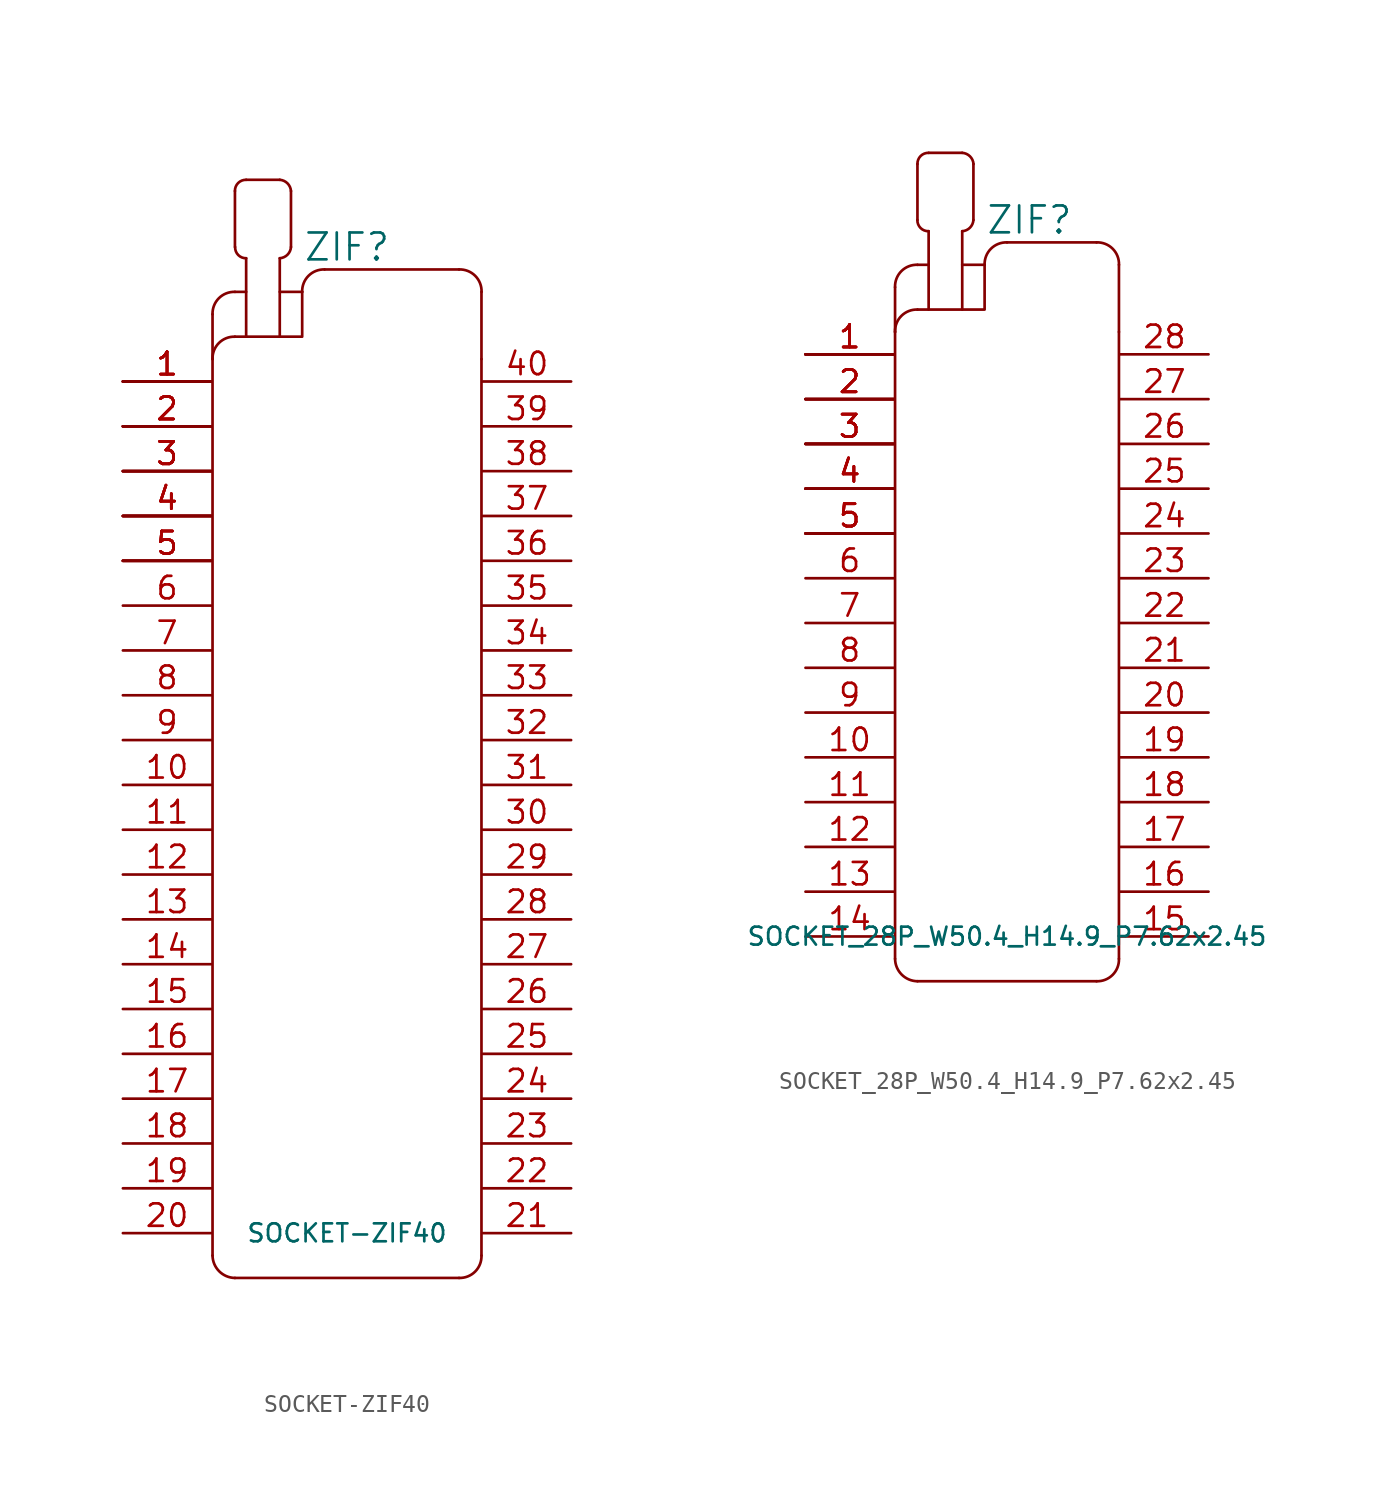
<source format=kicad_sym>
(kicad_symbol_lib
  (version 20211014)
  (generator kicad_symbol_editor)
  (symbol "SOCKET-ZIF40"
    (pin_names
      (offset 1.016))
    (property "Reference" "ZIF"
      (at 0 30.48 0)
      (effects (font (size 1.524 1.524))))
    (property "Value" "SOCKET-ZIF40"
      (at 0 -25.4 0)
      (effects (font (size 1.016 1.016))))
    (property "Footprint" ""
      (at -1.27 11.43 0)
      (effects (font (size 1.524 1.524))))
    (property "Datasheet" ""
      (at -1.27 11.43 0)
      (effects (font (size 1.524 1.524))))
    (symbol "SOCKET-ZIF40_0_1"
      (arc (start -7.62 -26.67) (mid -7.2427 -27.5627) (end -6.35 -27.94) (stroke (width 0) (type default) (color 0 0 0 0)) (fill (type none)))
      (arc (start -6.35 25.4) (mid -7.2609 25.0409) (end -7.62 24.13) (stroke (width 0) (type default) (color 0 0 0 0)) (fill (type none)))
      (arc (start -6.35 27.94) (mid -7.2609 27.5809) (end -7.62 26.67) (stroke (width 0) (type default) (color 0 0 0 0)) (fill (type none)))
      (arc (start -6.35 30.48) (mid -6.1692 30.0258) (end -5.715 29.845) (stroke (width 0) (type default) (color 0 0 0 0)) (fill (type none)))
      (arc (start -5.715 34.29) (mid -6.1692 34.1092) (end -6.35 33.655) (stroke (width 0) (type default) (color 0 0 0 0)) (fill (type none)))
      (arc (start -3.81 29.845) (mid -3.3734 30.0434) (end -3.175 30.48) (stroke (width 0) (type default) (color 0 0 0 0)) (fill (type none)))
      (arc (start -3.175 33.655) (mid -3.3734 34.0916) (end -3.81 34.29) (stroke (width 0) (type default) (color 0 0 0 0)) (fill (type none)))
      (arc (start -1.27 29.21) (mid -2.1809 28.8509) (end -2.54 27.94) (stroke (width 0) (type default) (color 0 0 0 0)) (fill (type none)))
      (polyline (pts (xy -7.62 24.13) (xy -7.62 -26.67)) (stroke (width 0) (type default) (color 0 0 0 0)) (fill (type none)))
      (polyline (pts (xy -7.62 24.13) (xy -7.62 26.67)) (stroke (width 0) (type default) (color 0 0 0 0)) (fill (type none)))
      (polyline (pts (xy -6.35 -27.94) (xy 6.35 -27.94)) (stroke (width 0) (type default) (color 0 0 0 0)) (fill (type none)))
      (polyline (pts (xy -6.35 27.94) (xy -5.715 27.94)) (stroke (width 0) (type default) (color 0 0 0 0)) (fill (type none)))
      (polyline (pts (xy -6.35 30.48) (xy -6.35 33.655)) (stroke (width 0) (type default) (color 0 0 0 0)) (fill (type none)))
      (polyline (pts (xy -5.715 25.4) (xy -5.715 29.845)) (stroke (width 0) (type default) (color 0 0 0 0)) (fill (type none)))
      (polyline (pts (xy -5.715 34.29) (xy -3.81 34.29)) (stroke (width 0) (type default) (color 0 0 0 0)) (fill (type none)))
      (polyline (pts (xy -3.81 25.4) (xy -3.81 29.845)) (stroke (width 0) (type default) (color 0 0 0 0)) (fill (type none)))
      (polyline (pts (xy -3.81 27.94) (xy -2.54 27.94)) (stroke (width 0) (type default) (color 0 0 0 0)) (fill (type none)))
      (polyline (pts (xy -3.175 30.48) (xy -3.175 33.655)) (stroke (width 0) (type default) (color 0 0 0 0)) (fill (type none)))
      (polyline (pts (xy -1.27 29.21) (xy 6.35 29.21)) (stroke (width 0) (type default) (color 0 0 0 0)) (fill (type none)))
      (polyline (pts (xy 7.62 -26.67) (xy 7.62 24.13)) (stroke (width 0) (type default) (color 0 0 0 0)) (fill (type none)))
      (polyline (pts (xy 7.62 24.13) (xy 7.62 27.94)) (stroke (width 0) (type default) (color 0 0 0 0)) (fill (type none)))
      (polyline (pts (xy -6.35 25.4) (xy -2.54 25.4) (xy -2.54 27.94)) (stroke (width 0) (type default) (color 0 0 0 0)) (fill (type none)))
      (arc (start 6.35 -27.94) (mid 7.2609 -27.5809) (end 7.62 -26.67) (stroke (width 0) (type default) (color 0 0 0 0)) (fill (type none)))
      (arc (start 7.62 27.94) (mid 7.2609 28.8509) (end 6.35 29.21) (stroke (width 0) (type default) (color 0 0 0 0)) (fill (type none))))
    (symbol "SOCKET-ZIF40_1_1"
      (pin bidirectional line (at -12.7 22.86 0) (length 5.004) (name "~" (effects (font (size 1.27 1.27)))) (number "1" (effects (font (size 1.27 1.27)))))
      (pin bidirectional line (at -12.7 22.86 0) (length 5.004) (name "~" (effects (font (size 1.27 1.27)))) (number "1" (effects (font (size 1.27 1.27)))))
      (pin bidirectional line (at -12.7 22.86 0) (length 5.004) (name "~" (effects (font (size 1.27 1.27)))) (number "1" (effects (font (size 1.27 1.27)))))
      (pin bidirectional line (at -12.7 22.86 0) (length 5.004) (name "~" (effects (font (size 1.27 1.27)))) (number "1" (effects (font (size 1.27 1.27)))))
      (pin bidirectional line (at -12.7 0 0) (length 5.004) (name "~" (effects (font (size 1.27 1.27)))) (number "10" (effects (font (size 1.27 1.27)))))
      (pin bidirectional line (at -12.7 -2.54 0) (length 5.004) (name "~" (effects (font (size 1.27 1.27)))) (number "11" (effects (font (size 1.27 1.27)))))
      (pin bidirectional line (at -12.7 -5.08 0) (length 5.004) (name "~" (effects (font (size 1.27 1.27)))) (number "12" (effects (font (size 1.27 1.27)))))
      (pin bidirectional line (at -12.7 -7.62 0) (length 5.004) (name "~" (effects (font (size 1.27 1.27)))) (number "13" (effects (font (size 1.27 1.27)))))
      (pin bidirectional line (at -12.7 -10.16 0) (length 5.004) (name "~" (effects (font (size 1.27 1.27)))) (number "14" (effects (font (size 1.27 1.27)))))
      (pin bidirectional line (at -12.7 -12.7 0) (length 5.004) (name "~" (effects (font (size 1.27 1.27)))) (number "15" (effects (font (size 1.27 1.27)))))
      (pin bidirectional line (at -12.7 -15.24 0) (length 5.004) (name "~" (effects (font (size 1.27 1.27)))) (number "16" (effects (font (size 1.27 1.27)))))
      (pin bidirectional line (at -12.7 -17.78 0) (length 5.004) (name "~" (effects (font (size 1.27 1.27)))) (number "17" (effects (font (size 1.27 1.27)))))
      (pin bidirectional line (at -12.7 -20.32 0) (length 5.004) (name "~" (effects (font (size 1.27 1.27)))) (number "18" (effects (font (size 1.27 1.27)))))
      (pin bidirectional line (at -12.7 -22.86 0) (length 5.004) (name "~" (effects (font (size 1.27 1.27)))) (number "19" (effects (font (size 1.27 1.27)))))
      (pin bidirectional line (at -12.7 20.32 0) (length 5.004) (name "~" (effects (font (size 1.27 1.27)))) (number "2" (effects (font (size 1.27 1.27)))))
      (pin bidirectional line (at -12.7 20.32 0) (length 5.004) (name "~" (effects (font (size 1.27 1.27)))) (number "2" (effects (font (size 1.27 1.27)))))
      (pin bidirectional line (at -12.7 20.32 0) (length 5.004) (name "~" (effects (font (size 1.27 1.27)))) (number "2" (effects (font (size 1.27 1.27)))))
      (pin bidirectional line (at -12.7 20.32 0) (length 5.004) (name "~" (effects (font (size 1.27 1.27)))) (number "2" (effects (font (size 1.27 1.27)))))
      (pin bidirectional line (at -12.7 -25.4 0) (length 5.004) (name "~" (effects (font (size 1.27 1.27)))) (number "20" (effects (font (size 1.27 1.27)))))
      (pin bidirectional line (at 12.7 -25.4 180) (length 5.004) (name "~" (effects (font (size 1.27 1.27)))) (number "21" (effects (font (size 1.27 1.27)))))
      (pin bidirectional line (at 12.7 -22.86 180) (length 5.004) (name "~" (effects (font (size 1.27 1.27)))) (number "22" (effects (font (size 1.27 1.27)))))
      (pin bidirectional line (at 12.7 -20.32 180) (length 5.004) (name "~" (effects (font (size 1.27 1.27)))) (number "23" (effects (font (size 1.27 1.27)))))
      (pin bidirectional line (at 12.7 -17.78 180) (length 5.004) (name "~" (effects (font (size 1.27 1.27)))) (number "24" (effects (font (size 1.27 1.27)))))
      (pin bidirectional line (at 12.7 -15.24 180) (length 5.004) (name "~" (effects (font (size 1.27 1.27)))) (number "25" (effects (font (size 1.27 1.27)))))
      (pin bidirectional line (at 12.7 -12.7 180) (length 5.004) (name "~" (effects (font (size 1.27 1.27)))) (number "26" (effects (font (size 1.27 1.27)))))
      (pin bidirectional line (at 12.7 -10.16 180) (length 5.004) (name "~" (effects (font (size 1.27 1.27)))) (number "27" (effects (font (size 1.27 1.27)))))
      (pin bidirectional line (at 12.7 -7.62 180) (length 5.004) (name "~" (effects (font (size 1.27 1.27)))) (number "28" (effects (font (size 1.27 1.27)))))
      (pin bidirectional line (at 12.7 -5.08 180) (length 5.004) (name "~" (effects (font (size 1.27 1.27)))) (number "29" (effects (font (size 1.27 1.27)))))
      (pin bidirectional line (at -12.7 17.78 0) (length 5.004) (name "~" (effects (font (size 1.27 1.27)))) (number "3" (effects (font (size 1.27 1.27)))))
      (pin bidirectional line (at -12.7 17.78 0) (length 5.004) (name "~" (effects (font (size 1.27 1.27)))) (number "3" (effects (font (size 1.27 1.27)))))
      (pin bidirectional line (at -12.7 17.78 0) (length 5.004) (name "~" (effects (font (size 1.27 1.27)))) (number "3" (effects (font (size 1.27 1.27)))))
      (pin bidirectional line (at -12.7 17.78 0) (length 5.004) (name "~" (effects (font (size 1.27 1.27)))) (number "3" (effects (font (size 1.27 1.27)))))
      (pin bidirectional line (at 12.7 -2.54 180) (length 5.004) (name "~" (effects (font (size 1.27 1.27)))) (number "30" (effects (font (size 1.27 1.27)))))
      (pin bidirectional line (at 12.7 0 180) (length 5.004) (name "~" (effects (font (size 1.27 1.27)))) (number "31" (effects (font (size 1.27 1.27)))))
      (pin bidirectional line (at 12.7 2.54 180) (length 5.004) (name "~" (effects (font (size 1.27 1.27)))) (number "32" (effects (font (size 1.27 1.27)))))
      (pin bidirectional line (at 12.7 5.08 180) (length 5.004) (name "~" (effects (font (size 1.27 1.27)))) (number "33" (effects (font (size 1.27 1.27)))))
      (pin bidirectional line (at 12.7 7.62 180) (length 5.004) (name "~" (effects (font (size 1.27 1.27)))) (number "34" (effects (font (size 1.27 1.27)))))
      (pin bidirectional line (at 12.7 10.16 180) (length 5.004) (name "~" (effects (font (size 1.27 1.27)))) (number "35" (effects (font (size 1.27 1.27)))))
      (pin bidirectional line (at 12.7 12.7 180) (length 5.004) (name "~" (effects (font (size 1.27 1.27)))) (number "36" (effects (font (size 1.27 1.27)))))
      (pin bidirectional line (at 12.7 15.24 180) (length 5.004) (name "~" (effects (font (size 1.27 1.27)))) (number "37" (effects (font (size 1.27 1.27)))))
      (pin bidirectional line (at 12.7 17.78 180) (length 5.004) (name "~" (effects (font (size 1.27 1.27)))) (number "38" (effects (font (size 1.27 1.27)))))
      (pin bidirectional line (at 12.7 20.32 180) (length 5.004) (name "~" (effects (font (size 1.27 1.27)))) (number "39" (effects (font (size 1.27 1.27)))))
      (pin bidirectional line (at -12.7 15.24 0) (length 5.004) (name "~" (effects (font (size 1.27 1.27)))) (number "4" (effects (font (size 1.27 1.27)))))
      (pin bidirectional line (at -12.7 15.24 0) (length 5.004) (name "~" (effects (font (size 1.27 1.27)))) (number "4" (effects (font (size 1.27 1.27)))))
      (pin bidirectional line (at -12.7 15.24 0) (length 5.004) (name "~" (effects (font (size 1.27 1.27)))) (number "4" (effects (font (size 1.27 1.27)))))
      (pin bidirectional line (at -12.7 15.24 0) (length 5.004) (name "~" (effects (font (size 1.27 1.27)))) (number "4" (effects (font (size 1.27 1.27)))))
      (pin bidirectional line (at 12.7 22.86 180) (length 5.004) (name "~" (effects (font (size 1.27 1.27)))) (number "40" (effects (font (size 1.27 1.27)))))
      (pin bidirectional line (at -12.7 12.7 0) (length 5.004) (name "~" (effects (font (size 1.27 1.27)))) (number "5" (effects (font (size 1.27 1.27)))))
      (pin bidirectional line (at -12.7 12.7 0) (length 5.004) (name "~" (effects (font (size 1.27 1.27)))) (number "5" (effects (font (size 1.27 1.27)))))
      (pin bidirectional line (at -12.7 12.7 0) (length 5.004) (name "~" (effects (font (size 1.27 1.27)))) (number "5" (effects (font (size 1.27 1.27)))))
      (pin bidirectional line (at -12.7 12.7 0) (length 5.004) (name "~" (effects (font (size 1.27 1.27)))) (number "5" (effects (font (size 1.27 1.27)))))
      (pin bidirectional line (at -12.7 10.16 0) (length 5.004) (name "~" (effects (font (size 1.27 1.27)))) (number "6" (effects (font (size 1.27 1.27)))))
      (pin bidirectional line (at -12.7 7.62 0) (length 5.004) (name "~" (effects (font (size 1.27 1.27)))) (number "7" (effects (font (size 1.27 1.27)))))
      (pin bidirectional line (at -12.7 5.08 0) (length 5.004) (name "~" (effects (font (size 1.27 1.27)))) (number "8" (effects (font (size 1.27 1.27)))))
      (pin bidirectional line (at -12.7 2.54 0) (length 5.004) (name "~" (effects (font (size 1.27 1.27)))) (number "9" (effects (font (size 1.27 1.27)))))))
  (symbol "SOCKET_28P_W50.4_H14.9_P7.62x2.45"
    (pin_names
      (offset 1.016))
    (property "Reference" "ZIF"
      (at 1.27 22.86 0)
      (effects (font (size 1.524 1.524))))
    (property "Value" "SOCKET_28P_W50.4_H14.9_P7.62x2.45"
      (at 0 -17.78 0)
      (effects (font (size 1.016 1.016))))
    (property "Datasheet" ""
      (at 0 3.81 0)
      (effects (font (size 1.524 1.524))))
    (symbol "SOCKET_28P_W50.4_H14.9_P7.62x2.45_0_1"
      (arc (start -6.35 -19.05) (mid -5.9727 -19.9427) (end -5.08 -20.32) (stroke (width 0) (type default) (color 0 0 0 0)) (fill (type none)))
      (arc (start -5.08 17.78) (mid -5.9909 17.4209) (end -6.35 16.51) (stroke (width 0) (type default) (color 0 0 0 0)) (fill (type none)))
      (arc (start -5.08 20.32) (mid -5.9909 19.9609) (end -6.35 19.05) (stroke (width 0) (type default) (color 0 0 0 0)) (fill (type none)))
      (arc (start -5.08 22.86) (mid -4.8992 22.4058) (end -4.445 22.225) (stroke (width 0) (type default) (color 0 0 0 0)) (fill (type none)))
      (arc (start -4.445 26.67) (mid -4.8992 26.4892) (end -5.08 26.035) (stroke (width 0) (type default) (color 0 0 0 0)) (fill (type none)))
      (arc (start -2.54 22.225) (mid -2.1034 22.4234) (end -1.905 22.86) (stroke (width 0) (type default) (color 0 0 0 0)) (fill (type none)))
      (arc (start -1.905 26.035) (mid -2.1034 26.4716) (end -2.54 26.67) (stroke (width 0) (type default) (color 0 0 0 0)) (fill (type none)))
      (polyline (pts (xy -6.35 16.51) (xy -6.35 -19.05)) (stroke (width 0) (type default) (color 0 0 0 0)) (fill (type none)))
      (polyline (pts (xy -6.35 16.51) (xy -6.35 19.05)) (stroke (width 0) (type default) (color 0 0 0 0)) (fill (type none)))
      (polyline (pts (xy -5.08 -20.32) (xy 5.08 -20.32)) (stroke (width 0) (type default) (color 0 0 0 0)) (fill (type none)))
      (polyline (pts (xy -5.08 20.32) (xy -4.445 20.32)) (stroke (width 0) (type default) (color 0 0 0 0)) (fill (type none)))
      (polyline (pts (xy -5.08 22.86) (xy -5.08 26.035)) (stroke (width 0) (type default) (color 0 0 0 0)) (fill (type none)))
      (polyline (pts (xy -4.445 17.78) (xy -4.445 22.225)) (stroke (width 0) (type default) (color 0 0 0 0)) (fill (type none)))
      (polyline (pts (xy -4.445 26.67) (xy -2.54 26.67)) (stroke (width 0) (type default) (color 0 0 0 0)) (fill (type none)))
      (polyline (pts (xy -2.54 17.78) (xy -2.54 22.225)) (stroke (width 0) (type default) (color 0 0 0 0)) (fill (type none)))
      (polyline (pts (xy -2.54 20.32) (xy -1.27 20.32)) (stroke (width 0) (type default) (color 0 0 0 0)) (fill (type none)))
      (polyline (pts (xy -1.905 22.86) (xy -1.905 26.035)) (stroke (width 0) (type default) (color 0 0 0 0)) (fill (type none)))
      (polyline (pts (xy 0 21.59) (xy 5.08 21.59)) (stroke (width 0) (type default) (color 0 0 0 0)) (fill (type none)))
      (polyline (pts (xy 6.35 -19.05) (xy 6.35 16.51)) (stroke (width 0) (type default) (color 0 0 0 0)) (fill (type none)))
      (polyline (pts (xy 6.35 16.51) (xy 6.35 20.32)) (stroke (width 0) (type default) (color 0 0 0 0)) (fill (type none)))
      (polyline (pts (xy -5.08 17.78) (xy -1.27 17.78) (xy -1.27 20.32)) (stroke (width 0) (type default) (color 0 0 0 0)) (fill (type none)))
      (arc (start 0 21.59) (mid -0.9109 21.2309) (end -1.27 20.32) (stroke (width 0) (type default) (color 0 0 0 0)) (fill (type none)))
      (arc (start 5.08 -20.32) (mid 5.9908 -19.9608) (end 6.35 -19.05) (stroke (width 0) (type default) (color 0 0 0 0)) (fill (type none)))
      (arc (start 6.35 20.32) (mid 5.9908 21.2308) (end 5.08 21.59) (stroke (width 0) (type default) (color 0 0 0 0)) (fill (type none))))
    (symbol "SOCKET_28P_W50.4_H14.9_P7.62x2.45_1_1"
      (pin bidirectional line (at -11.43 15.24 0) (length 5.004) (name "~" (effects (font (size 1.27 1.27)))) (number "1" (effects (font (size 1.27 1.27)))))
      (pin bidirectional line (at -11.43 15.24 0) (length 5.004) (name "~" (effects (font (size 1.27 1.27)))) (number "1" (effects (font (size 1.27 1.27)))))
      (pin bidirectional line (at -11.43 15.24 0) (length 5.004) (name "~" (effects (font (size 1.27 1.27)))) (number "1" (effects (font (size 1.27 1.27)))))
      (pin bidirectional line (at -11.43 15.24 0) (length 5.004) (name "~" (effects (font (size 1.27 1.27)))) (number "1" (effects (font (size 1.27 1.27)))))
      (pin bidirectional line (at -11.43 -7.62 0) (length 5.004) (name "~" (effects (font (size 1.27 1.27)))) (number "10" (effects (font (size 1.27 1.27)))))
      (pin bidirectional line (at -11.43 -10.16 0) (length 5.004) (name "~" (effects (font (size 1.27 1.27)))) (number "11" (effects (font (size 1.27 1.27)))))
      (pin bidirectional line (at -11.43 -12.7 0) (length 5.004) (name "~" (effects (font (size 1.27 1.27)))) (number "12" (effects (font (size 1.27 1.27)))))
      (pin bidirectional line (at -11.43 -15.24 0) (length 5.004) (name "~" (effects (font (size 1.27 1.27)))) (number "13" (effects (font (size 1.27 1.27)))))
      (pin bidirectional line (at -11.43 -17.78 0) (length 5.004) (name "~" (effects (font (size 1.27 1.27)))) (number "14" (effects (font (size 1.27 1.27)))))
      (pin bidirectional line (at 11.43 -17.78 180) (length 5.004) (name "~" (effects (font (size 1.27 1.27)))) (number "15" (effects (font (size 1.27 1.27)))))
      (pin bidirectional line (at 11.43 -15.24 180) (length 5.004) (name "~" (effects (font (size 1.27 1.27)))) (number "16" (effects (font (size 1.27 1.27)))))
      (pin bidirectional line (at 11.43 -12.7 180) (length 5.004) (name "~" (effects (font (size 1.27 1.27)))) (number "17" (effects (font (size 1.27 1.27)))))
      (pin bidirectional line (at 11.43 -10.16 180) (length 5.004) (name "~" (effects (font (size 1.27 1.27)))) (number "18" (effects (font (size 1.27 1.27)))))
      (pin bidirectional line (at 11.43 -7.62 180) (length 5.004) (name "~" (effects (font (size 1.27 1.27)))) (number "19" (effects (font (size 1.27 1.27)))))
      (pin bidirectional line (at -11.43 12.7 0) (length 5.004) (name "~" (effects (font (size 1.27 1.27)))) (number "2" (effects (font (size 1.27 1.27)))))
      (pin bidirectional line (at -11.43 12.7 0) (length 5.004) (name "~" (effects (font (size 1.27 1.27)))) (number "2" (effects (font (size 1.27 1.27)))))
      (pin bidirectional line (at -11.43 12.7 0) (length 5.004) (name "~" (effects (font (size 1.27 1.27)))) (number "2" (effects (font (size 1.27 1.27)))))
      (pin bidirectional line (at -11.43 12.7 0) (length 5.004) (name "~" (effects (font (size 1.27 1.27)))) (number "2" (effects (font (size 1.27 1.27)))))
      (pin bidirectional line (at 11.43 -5.08 180) (length 5.004) (name "~" (effects (font (size 1.27 1.27)))) (number "20" (effects (font (size 1.27 1.27)))))
      (pin bidirectional line (at 11.43 -2.54 180) (length 5.004) (name "~" (effects (font (size 1.27 1.27)))) (number "21" (effects (font (size 1.27 1.27)))))
      (pin bidirectional line (at 11.43 0 180) (length 5.004) (name "~" (effects (font (size 1.27 1.27)))) (number "22" (effects (font (size 1.27 1.27)))))
      (pin bidirectional line (at 11.43 2.54 180) (length 5.004) (name "~" (effects (font (size 1.27 1.27)))) (number "23" (effects (font (size 1.27 1.27)))))
      (pin bidirectional line (at 11.43 5.08 180) (length 5.004) (name "~" (effects (font (size 1.27 1.27)))) (number "24" (effects (font (size 1.27 1.27)))))
      (pin bidirectional line (at 11.43 7.62 180) (length 5.004) (name "~" (effects (font (size 1.27 1.27)))) (number "25" (effects (font (size 1.27 1.27)))))
      (pin bidirectional line (at 11.43 10.16 180) (length 5.004) (name "~" (effects (font (size 1.27 1.27)))) (number "26" (effects (font (size 1.27 1.27)))))
      (pin bidirectional line (at 11.43 12.7 180) (length 5.004) (name "~" (effects (font (size 1.27 1.27)))) (number "27" (effects (font (size 1.27 1.27)))))
      (pin bidirectional line (at 11.43 15.24 180) (length 5.004) (name "~" (effects (font (size 1.27 1.27)))) (number "28" (effects (font (size 1.27 1.27)))))
      (pin bidirectional line (at -11.43 10.16 0) (length 5.004) (name "~" (effects (font (size 1.27 1.27)))) (number "3" (effects (font (size 1.27 1.27)))))
      (pin bidirectional line (at -11.43 10.16 0) (length 5.004) (name "~" (effects (font (size 1.27 1.27)))) (number "3" (effects (font (size 1.27 1.27)))))
      (pin bidirectional line (at -11.43 10.16 0) (length 5.004) (name "~" (effects (font (size 1.27 1.27)))) (number "3" (effects (font (size 1.27 1.27)))))
      (pin bidirectional line (at -11.43 10.16 0) (length 5.004) (name "~" (effects (font (size 1.27 1.27)))) (number "3" (effects (font (size 1.27 1.27)))))
      (pin bidirectional line (at -11.43 7.62 0) (length 5.004) (name "~" (effects (font (size 1.27 1.27)))) (number "4" (effects (font (size 1.27 1.27)))))
      (pin bidirectional line (at -11.43 7.62 0) (length 5.004) (name "~" (effects (font (size 1.27 1.27)))) (number "4" (effects (font (size 1.27 1.27)))))
      (pin bidirectional line (at -11.43 7.62 0) (length 5.004) (name "~" (effects (font (size 1.27 1.27)))) (number "4" (effects (font (size 1.27 1.27)))))
      (pin bidirectional line (at -11.43 7.62 0) (length 5.004) (name "~" (effects (font (size 1.27 1.27)))) (number "4" (effects (font (size 1.27 1.27)))))
      (pin bidirectional line (at -11.43 5.08 0) (length 5.004) (name "~" (effects (font (size 1.27 1.27)))) (number "5" (effects (font (size 1.27 1.27)))))
      (pin bidirectional line (at -11.43 5.08 0) (length 5.004) (name "~" (effects (font (size 1.27 1.27)))) (number "5" (effects (font (size 1.27 1.27)))))
      (pin bidirectional line (at -11.43 5.08 0) (length 5.004) (name "~" (effects (font (size 1.27 1.27)))) (number "5" (effects (font (size 1.27 1.27)))))
      (pin bidirectional line (at -11.43 5.08 0) (length 5.004) (name "~" (effects (font (size 1.27 1.27)))) (number "5" (effects (font (size 1.27 1.27)))))
      (pin bidirectional line (at -11.43 2.54 0) (length 5.004) (name "~" (effects (font (size 1.27 1.27)))) (number "6" (effects (font (size 1.27 1.27)))))
      (pin bidirectional line (at -11.43 0 0) (length 5.004) (name "~" (effects (font (size 1.27 1.27)))) (number "7" (effects (font (size 1.27 1.27)))))
      (pin bidirectional line (at -11.43 -2.54 0) (length 5.004) (name "~" (effects (font (size 1.27 1.27)))) (number "8" (effects (font (size 1.27 1.27)))))
      (pin bidirectional line (at -11.43 -5.08 0) (length 5.004) (name "~" (effects (font (size 1.27 1.27)))) (number "9" (effects (font (size 1.27 1.27))))))))
</source>
